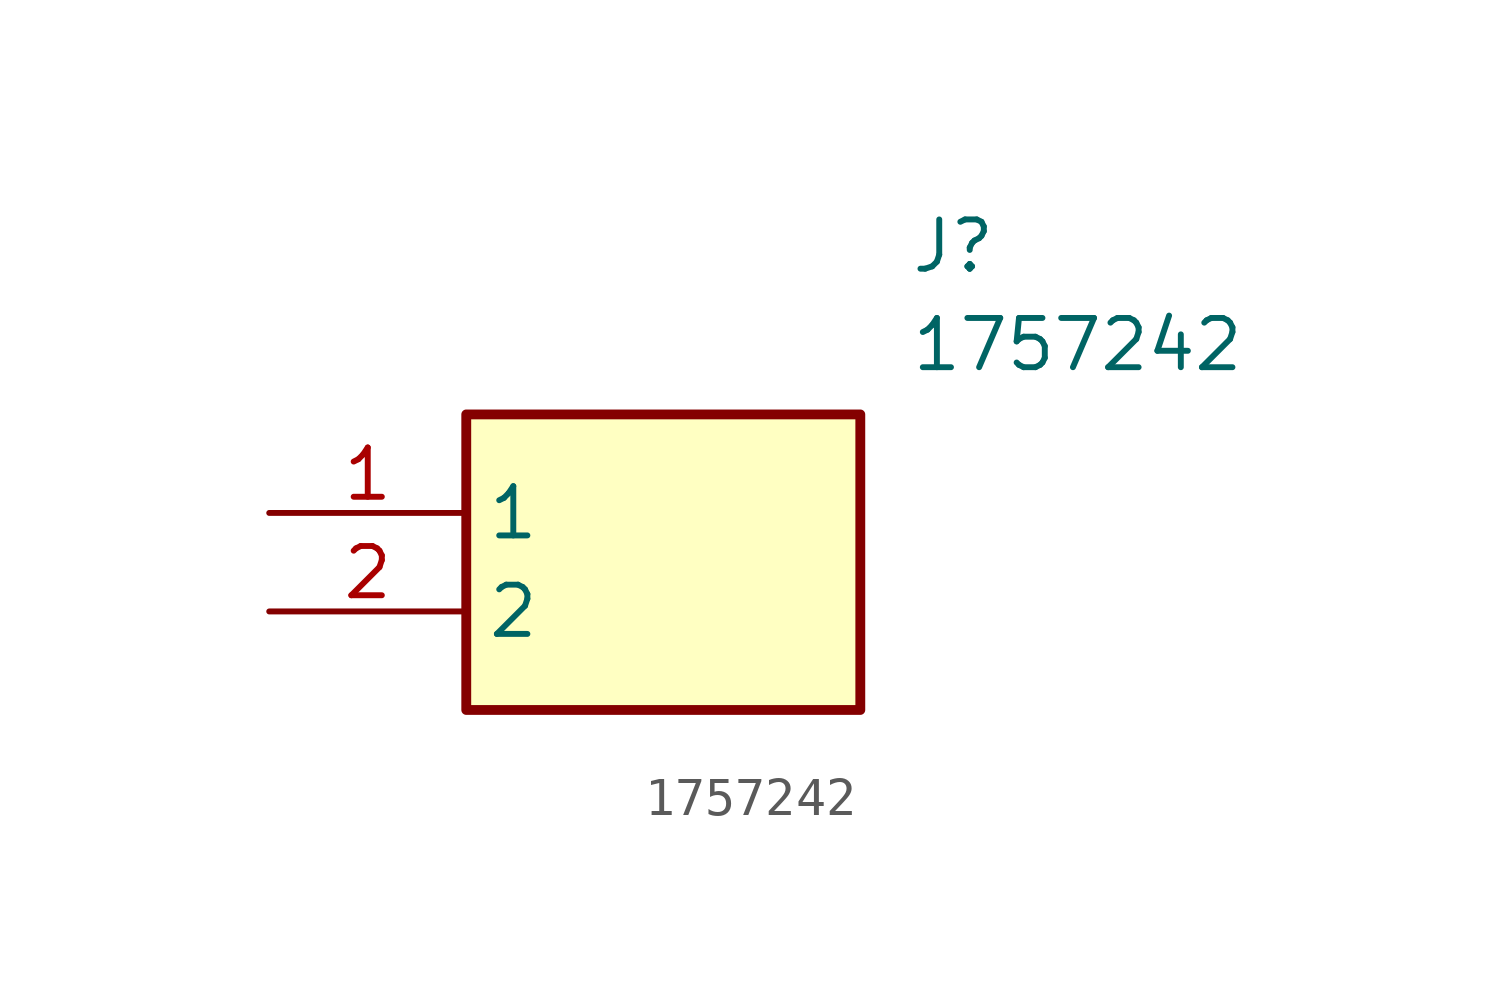
<source format=kicad_sym>
(kicad_symbol_lib
  (version 20211014)
  (generator SamacSys_ECAD_Model)
  (symbol "1757242"
    (property "Reference" "J"
      (at 16.51 7.62 0)
      (effects (font (size 1.27 1.27)) (justify left top)))
    (property "Value" "1757242"
      (at 16.51 5.08 0)
      (effects (font (size 1.27 1.27)) (justify left top)))
    (rectangle
      (start 5.08 2.54)
      (end 15.24 -5.08)
      (stroke (width 0.254) (type default))
      (fill (type background)))
    (pin passive line
      (at 0 0 0)
      (length 5.08)
      (name "1" (effects (font (size 1.27 1.27))))
      (number "1" (effects (font (size 1.27 1.27)))))
    (pin passive line
      (at 0 -2.54 0)
      (length 5.08)
      (name "2" (effects (font (size 1.27 1.27))))
      (number "2" (effects (font (size 1.27 1.27)))))))
</source>
